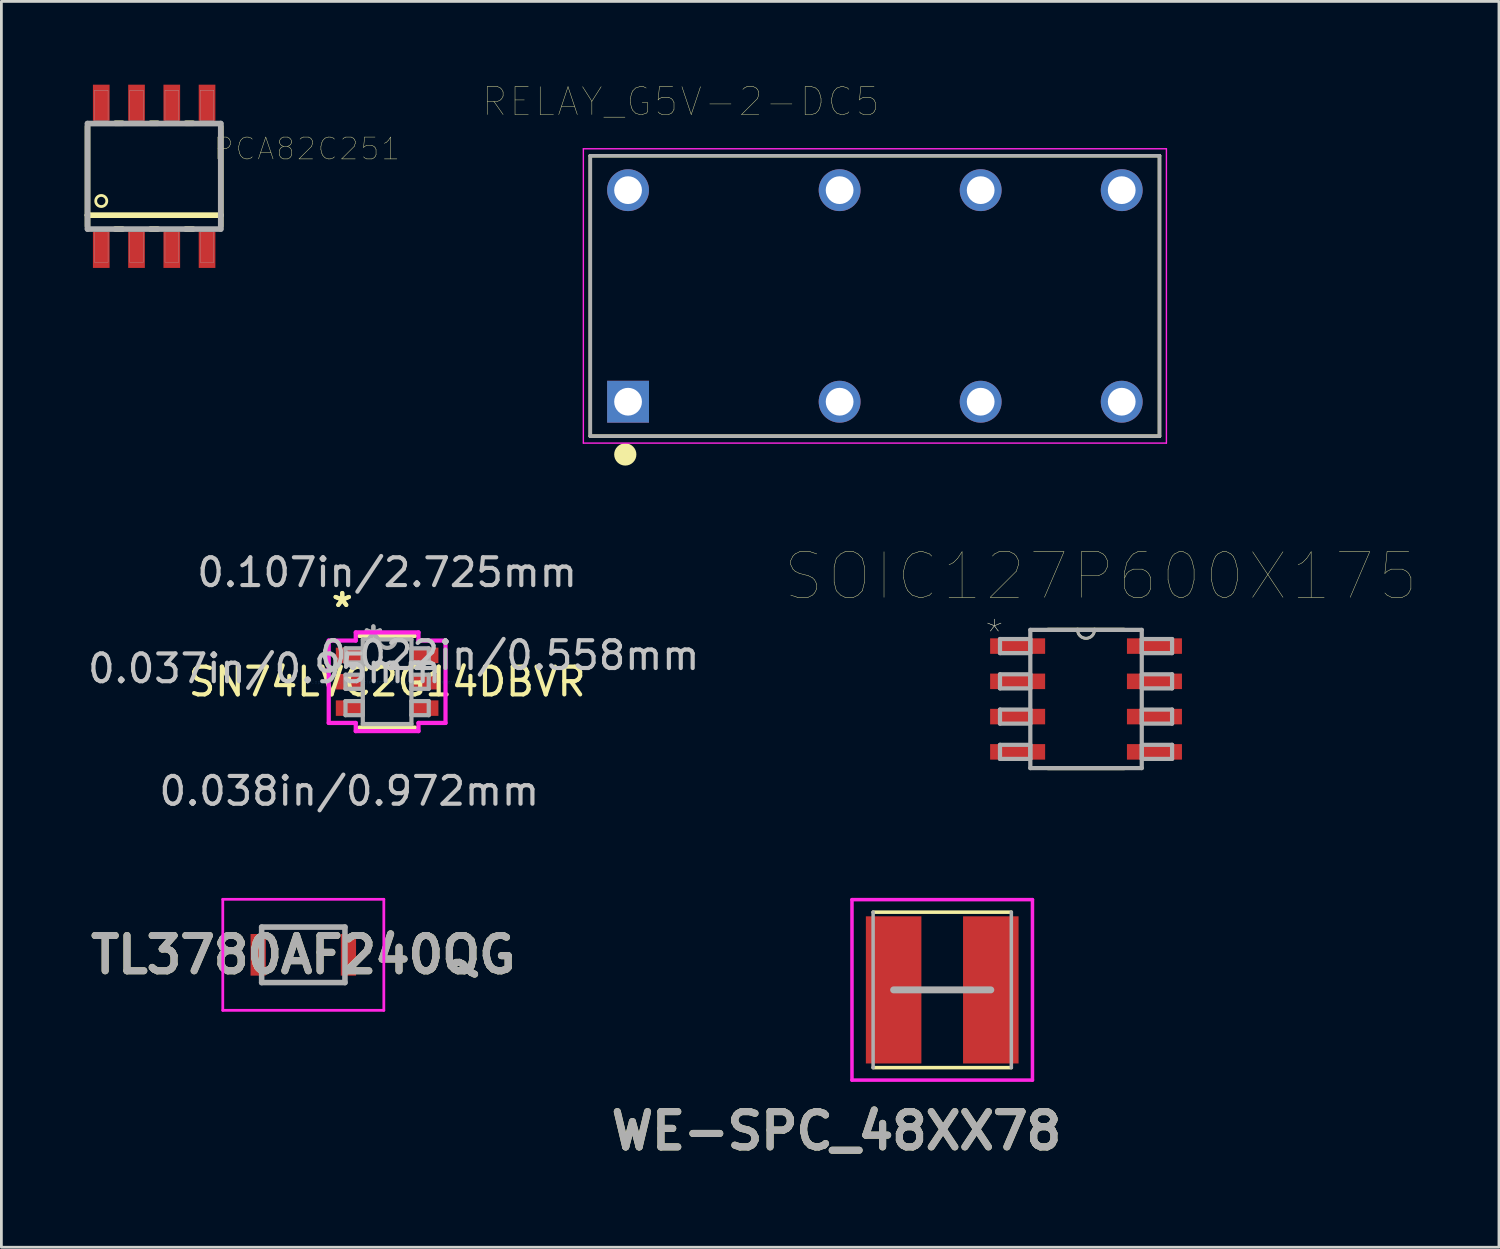
<source format=kicad_pcb>
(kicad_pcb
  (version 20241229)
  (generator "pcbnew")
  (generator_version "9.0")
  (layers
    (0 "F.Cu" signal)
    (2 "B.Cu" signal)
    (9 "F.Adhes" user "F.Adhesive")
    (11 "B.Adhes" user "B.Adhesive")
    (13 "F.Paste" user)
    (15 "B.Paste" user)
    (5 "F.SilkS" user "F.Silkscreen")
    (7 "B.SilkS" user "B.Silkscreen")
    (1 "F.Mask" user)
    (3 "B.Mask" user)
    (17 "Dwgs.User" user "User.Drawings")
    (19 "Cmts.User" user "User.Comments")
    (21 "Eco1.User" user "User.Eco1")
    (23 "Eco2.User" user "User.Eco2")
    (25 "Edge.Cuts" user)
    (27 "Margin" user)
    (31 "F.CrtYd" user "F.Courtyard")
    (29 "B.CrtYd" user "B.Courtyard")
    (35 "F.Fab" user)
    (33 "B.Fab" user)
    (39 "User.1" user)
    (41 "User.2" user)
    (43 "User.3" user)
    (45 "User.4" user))
  (footprint "SOIC127P600X175"
    (layer "F.Cu")
    (at 36.066 22.125)
    (property "Reference" "SOIC127P600X175" (at 0.533 -4.42 0) (layer "F.SilkS") (effects (font (size 1.64 1.64) (thickness 0.015))))
    (attr through_hole)
    (fp_line (start -1.372 2.489) (end 1.372 2.489) (stroke (width 0.152) (type solid)) (layer "F.SilkS"))
    (fp_line (start -0.305 -2.489) (end -1.372 -2.489) (stroke (width 0.152) (type solid)) (layer "F.SilkS"))
    (fp_line (start 0.305 -2.489) (end -0.305 -2.489) (stroke (width 0.152) (type solid)) (layer "F.SilkS"))
    (fp_line (start 1.372 -2.489) (end 0.305 -2.489) (stroke (width 0.152) (type solid)) (layer "F.SilkS"))
    (fp_arc (start 0.3048 -2.4892) (mid 0 -2.1844) (end -0.3048 -2.4892) (stroke (width 0.1) (type solid)) (layer "F.SilkS"))
    (fp_line (start -3.099 -2.159) (end -3.099 -1.651) (stroke (width 0.152) (type solid)) (layer "F.Fab"))
    (fp_line (start -3.099 -1.651) (end -2.007 -1.651) (stroke (width 0.152) (type solid)) (layer "F.Fab"))
    (fp_line (start -3.099 -0.889) (end -3.099 -0.381) (stroke (width 0.152) (type solid)) (layer "F.Fab"))
    (fp_line (start -3.099 -0.381) (end -2.007 -0.381) (stroke (width 0.152) (type solid)) (layer "F.Fab"))
    (fp_line (start -3.099 0.381) (end -3.099 0.889) (stroke (width 0.152) (type solid)) (layer "F.Fab"))
    (fp_line (start -3.099 0.889) (end -2.007 0.889) (stroke (width 0.152) (type solid)) (layer "F.Fab"))
    (fp_line (start -3.099 1.651) (end -3.099 2.159) (stroke (width 0.152) (type solid)) (layer "F.Fab"))
    (fp_line (start -3.099 2.159) (end -2.007 2.159) (stroke (width 0.152) (type solid)) (layer "F.Fab"))
    (fp_line (start -2.007 -2.489) (end -2.007 2.489) (stroke (width 0.152) (type solid)) (layer "F.Fab"))
    (fp_line (start -2.007 -2.159) (end -3.099 -2.159) (stroke (width 0.152) (type solid)) (layer "F.Fab"))
    (fp_line (start -2.007 -1.651) (end -2.007 -2.159) (stroke (width 0.152) (type solid)) (layer "F.Fab"))
    (fp_line (start -2.007 -0.889) (end -3.099 -0.889) (stroke (width 0.152) (type solid)) (layer "F.Fab"))
    (fp_line (start -2.007 -0.381) (end -2.007 -0.889) (stroke (width 0.152) (type solid)) (layer "F.Fab"))
    (fp_line (start -2.007 0.381) (end -3.099 0.381) (stroke (width 0.152) (type solid)) (layer "F.Fab"))
    (fp_line (start -2.007 0.889) (end -2.007 0.381) (stroke (width 0.152) (type solid)) (layer "F.Fab"))
    (fp_line (start -2.007 1.651) (end -3.099 1.651) (stroke (width 0.152) (type solid)) (layer "F.Fab"))
    (fp_line (start -2.007 2.159) (end -2.007 1.651) (stroke (width 0.152) (type solid)) (layer "F.Fab"))
    (fp_line (start -2.007 2.489) (end 2.007 2.489) (stroke (width 0.152) (type solid)) (layer "F.Fab"))
    (fp_line (start -0.305 -2.489) (end -2.007 -2.489) (stroke (width 0.152) (type solid)) (layer "F.Fab"))
    (fp_line (start 0.305 -2.489) (end -0.305 -2.489) (stroke (width 0.152) (type solid)) (layer "F.Fab"))
    (fp_line (start 2.007 -2.489) (end 0.305 -2.489) (stroke (width 0.152) (type solid)) (layer "F.Fab"))
    (fp_line (start 2.007 -2.159) (end 2.007 -1.651) (stroke (width 0.152) (type solid)) (layer "F.Fab"))
    (fp_line (start 2.007 -1.651) (end 3.099 -1.651) (stroke (width 0.152) (type solid)) (layer "F.Fab"))
    (fp_line (start 2.007 -0.889) (end 2.007 -0.381) (stroke (width 0.152) (type solid)) (layer "F.Fab"))
    (fp_line (start 2.007 -0.381) (end 3.099 -0.381) (stroke (width 0.152) (type solid)) (layer "F.Fab"))
    (fp_line (start 2.007 0.381) (end 2.007 0.889) (stroke (width 0.152) (type solid)) (layer "F.Fab"))
    (fp_line (start 2.007 0.889) (end 3.099 0.889) (stroke (width 0.152) (type solid)) (layer "F.Fab"))
    (fp_line (start 2.007 1.651) (end 2.007 2.159) (stroke (width 0.152) (type solid)) (layer "F.Fab"))
    (fp_line (start 2.007 2.159) (end 3.099 2.159) (stroke (width 0.152) (type solid)) (layer "F.Fab"))
    (fp_line (start 2.007 2.489) (end 2.007 -2.489) (stroke (width 0.152) (type solid)) (layer "F.Fab"))
    (fp_line (start 3.099 -2.159) (end 2.007 -2.159) (stroke (width 0.152) (type solid)) (layer "F.Fab"))
    (fp_line (start 3.099 -1.651) (end 3.099 -2.159) (stroke (width 0.152) (type solid)) (layer "F.Fab"))
    (fp_line (start 3.099 -0.889) (end 2.007 -0.889) (stroke (width 0.152) (type solid)) (layer "F.Fab"))
    (fp_line (start 3.099 -0.381) (end 3.099 -0.889) (stroke (width 0.152) (type solid)) (layer "F.Fab"))
    (fp_line (start 3.099 0.381) (end 2.007 0.381) (stroke (width 0.152) (type solid)) (layer "F.Fab"))
    (fp_line (start 3.099 0.889) (end 3.099 0.381) (stroke (width 0.152) (type solid)) (layer "F.Fab"))
    (fp_line (start 3.099 1.651) (end 2.007 1.651) (stroke (width 0.152) (type solid)) (layer "F.Fab"))
    (fp_line (start 3.099 2.159) (end 3.099 1.651) (stroke (width 0.152) (type solid)) (layer "F.Fab"))
    (fp_arc (start 0.3048 -2.4892) (mid 0 -2.1844) (end -0.3048 -2.4892) (stroke (width 0.1) (type solid)) (layer "F.Fab"))
    (fp_text user "*" (at -3.302 -2.337 0) (layer "F.SilkS") (effects (font (size 1 1) (thickness 0.015))))
    (fp_text user "*" (at -3.302 -2.337 0) (layer "F.Fab") (effects (font (size 1 1) (thickness 0.015))))
    (pad "1" smd rect (at -2.464 -1.905) (size 1.981 0.559) (layers "F.Cu" "F.Mask" "F.Paste"))
    (pad "2" smd rect (at -2.464 -0.635) (size 1.981 0.559) (layers "F.Cu" "F.Mask" "F.Paste"))
    (pad "3" smd rect (at -2.464 0.635) (size 1.981 0.559) (layers "F.Cu" "F.Mask" "F.Paste"))
    (pad "4" smd rect (at -2.464 1.905) (size 1.981 0.559) (layers "F.Cu" "F.Mask" "F.Paste"))
    (pad "5" smd rect (at 2.464 1.905) (size 1.981 0.559) (layers "F.Cu" "F.Mask" "F.Paste"))
    (pad "6" smd rect (at 2.464 0.635) (size 1.981 0.559) (layers "F.Cu" "F.Mask" "F.Paste"))
    (pad "7" smd rect (at 2.464 -0.635) (size 1.981 0.559) (layers "F.Cu" "F.Mask" "F.Paste"))
    (pad "8" smd rect (at 2.464 -1.905) (size 1.981 0.559) (layers "F.Cu" "F.Mask" "F.Paste")))
  (footprint "RELAY_G5V-2-DC5"
    (layer "F.Cu")
    (at 28.461 7.609)
    (property "Reference" "RELAY_G5V-2-DC5" (at -6.997 -6.997 0) (layer "F.SilkS") (effects (font (size 1.002 1.002) (thickness 0.015))))
    (attr through_hole)
    (fp_line (start -10.25 -5.05) (end 10.25 -5.05) (stroke (width 0.127) (type solid)) (layer "F.SilkS"))
    (fp_line (start -10.25 5.05) (end -10.25 -5.05) (stroke (width 0.127) (type solid)) (layer "F.SilkS"))
    (fp_line (start 10.25 -5.05) (end 10.25 5.05) (stroke (width 0.127) (type solid)) (layer "F.SilkS"))
    (fp_line (start 10.25 5.05) (end -10.25 5.05) (stroke (width 0.127) (type solid)) (layer "F.SilkS"))
    (fp_circle (center -8.99 5.71) (end -8.79 5.71) (stroke (width 0.4) (type solid)) (fill no) (layer "F.SilkS"))
    (fp_line (start -10.5 -5.3) (end 10.5 -5.3) (stroke (width 0.05) (type solid)) (layer "F.CrtYd"))
    (fp_line (start -10.5 5.3) (end -10.5 -5.3) (stroke (width 0.05) (type solid)) (layer "F.CrtYd"))
    (fp_line (start 10.5 -5.3) (end 10.5 5.3) (stroke (width 0.05) (type solid)) (layer "F.CrtYd"))
    (fp_line (start 10.5 5.3) (end -10.5 5.3) (stroke (width 0.05) (type solid)) (layer "F.CrtYd"))
    (fp_line (start -10.25 -5.05) (end 10.25 -5.05) (stroke (width 0.127) (type solid)) (layer "F.Fab"))
    (fp_line (start -10.25 5.05) (end -10.25 -5.05) (stroke (width 0.127) (type solid)) (layer "F.Fab"))
    (fp_line (start 10.25 -5.05) (end 10.25 5.05) (stroke (width 0.127) (type solid)) (layer "F.Fab"))
    (fp_line (start 10.25 5.05) (end -10.25 5.05) (stroke (width 0.127) (type solid)) (layer "F.Fab"))
    (pad "1" thru_hole rect (at -8.89 3.81) (size 1.508 1.508) (drill 1) (layers "*.Cu" "*.Mask"))
    (pad "4" thru_hole circle (at -1.27 3.81) (size 1.508 1.508) (drill 1) (layers "*.Cu" "*.Mask"))
    (pad "6" thru_hole circle (at 3.81 3.81) (size 1.508 1.508) (drill 1) (layers "*.Cu" "*.Mask"))
    (pad "8" thru_hole circle (at 8.89 3.81) (size 1.508 1.508) (drill 1) (layers "*.Cu" "*.Mask"))
    (pad "9" thru_hole circle (at 8.89 -3.81) (size 1.508 1.508) (drill 1) (layers "*.Cu" "*.Mask"))
    (pad "11" thru_hole circle (at 3.81 -3.81) (size 1.508 1.508) (drill 1) (layers "*.Cu" "*.Mask"))
    (pad "13" thru_hole circle (at -1.27 -3.81) (size 1.508 1.508) (drill 1) (layers "*.Cu" "*.Mask"))
    (pad "16" thru_hole circle (at -8.89 -3.81) (size 1.508 1.508) (drill 1) (layers "*.Cu" "*.Mask")))
  (footprint "PCA82C251"
    (layer "F.Cu")
    (at 2.502 3.3)
    (property "Reference" "PCA82C251" (at 5.5 -0.99 0) (layer "F.SilkS") (effects (font (size 0.787 0.787) (thickness 0.015))))
    (attr through_hole)
    (fp_line (start -2.4 1.4) (end -2.4 -1.8) (stroke (width 0.203) (type solid)) (layer "F.SilkS"))
    (fp_line (start -2.4 1.4) (end -2.4 1.8) (stroke (width 0.203) (type solid)) (layer "F.SilkS"))
    (fp_line (start -1.397 -1.91) (end -1.143 -1.91) (stroke (width 0.203) (type solid)) (layer "F.SilkS"))
    (fp_line (start -1.397 1.9) (end -1.143 1.9) (stroke (width 0.203) (type solid)) (layer "F.SilkS"))
    (fp_line (start -0.127 -1.91) (end 0.127 -1.91) (stroke (width 0.203) (type solid)) (layer "F.SilkS"))
    (fp_line (start -0.127 1.9) (end 0.127 1.9) (stroke (width 0.203) (type solid)) (layer "F.SilkS"))
    (fp_line (start 1.143 -1.91) (end 1.397 -1.91) (stroke (width 0.203) (type solid)) (layer "F.SilkS"))
    (fp_line (start 1.143 1.9) (end 1.397 1.9) (stroke (width 0.203) (type solid)) (layer "F.SilkS"))
    (fp_line (start 2.4 -1.8) (end 2.4 1.4) (stroke (width 0.203) (type solid)) (layer "F.SilkS"))
    (fp_line (start 2.4 1.4) (end -2.4 1.4) (stroke (width 0.203) (type solid)) (layer "F.SilkS"))
    (fp_line (start 2.4 1.4) (end 2.4 1.8) (stroke (width 0.203) (type solid)) (layer "F.SilkS"))
    (fp_circle (center -1.905 0.889) (end -1.705 0.889) (stroke (width 0.1) (type solid)) (fill no) (layer "F.SilkS"))
    (fp_line (start -2.4 -1.9) (end 2.4 -1.9) (stroke (width 0.203) (type solid)) (layer "F.Fab"))
    (fp_line (start -2.4 1.4) (end -2.4 -1.9) (stroke (width 0.203) (type solid)) (layer "F.Fab"))
    (fp_line (start -2.4 1.9) (end -2.4 1.4) (stroke (width 0.203) (type solid)) (layer "F.Fab"))
    (fp_line (start 2.4 -1.9) (end 2.4 1.4) (stroke (width 0.203) (type solid)) (layer "F.Fab"))
    (fp_line (start 2.4 1.4) (end 2.4 1.9) (stroke (width 0.203) (type solid)) (layer "F.Fab"))
    (fp_line (start 2.4 1.9) (end -2.4 1.9) (stroke (width 0.203) (type solid)) (layer "F.Fab"))
    (fp_poly (pts (xy -2.15 -3.1) (xy -1.66 -3.1) (xy -1.66 -2) (xy -2.15 -2)) (stroke (width 0.01) (type solid)) (fill no) (layer "F.Fab"))
    (fp_poly (pts (xy -2.15 2) (xy -1.66 2) (xy -1.66 3.1) (xy -2.15 3.1)) (stroke (width 0.01) (type solid)) (fill no) (layer "F.Fab"))
    (fp_poly (pts (xy -0.88 -3.1) (xy -0.39 -3.1) (xy -0.39 -2) (xy -0.88 -2)) (stroke (width 0.01) (type solid)) (fill no) (layer "F.Fab"))
    (fp_poly (pts (xy -0.88 2) (xy -0.39 2) (xy -0.39 3.1) (xy -0.88 3.1)) (stroke (width 0.01) (type solid)) (fill no) (layer "F.Fab"))
    (fp_poly (pts (xy 0.39 -3.1) (xy 0.88 -3.1) (xy 0.88 -2) (xy 0.39 -2)) (stroke (width 0.01) (type solid)) (fill no) (layer "F.Fab"))
    (fp_poly (pts (xy 0.39 2) (xy 0.88 2) (xy 0.88 3.1) (xy 0.39 3.1)) (stroke (width 0.01) (type solid)) (fill no) (layer "F.Fab"))
    (fp_poly (pts (xy 1.66 -3.1) (xy 2.15 -3.1) (xy 2.15 -2) (xy 1.66 -2)) (stroke (width 0.01) (type solid)) (fill no) (layer "F.Fab"))
    (fp_poly (pts (xy 1.66 2) (xy 2.15 2) (xy 2.15 3.1) (xy 1.66 3.1)) (stroke (width 0.01) (type solid)) (fill no) (layer "F.Fab"))
    (pad "1" smd rect (at -1.905 2.65) (size 0.6 1.3) (layers "F.Cu" "F.Mask" "F.Paste"))
    (pad "2" smd rect (at -0.635 2.65) (size 0.6 1.3) (layers "F.Cu" "F.Mask" "F.Paste"))
    (pad "3" smd rect (at 0.635 2.65) (size 0.6 1.3) (layers "F.Cu" "F.Mask" "F.Paste"))
    (pad "4" smd rect (at 1.905 2.65) (size 0.6 1.3) (layers "F.Cu" "F.Mask" "F.Paste"))
    (pad "5" smd rect (at 1.905 -2.65) (size 0.6 1.3) (layers "F.Cu" "F.Mask" "F.Paste"))
    (pad "6" smd rect (at 0.635 -2.65) (size 0.6 1.3) (layers "F.Cu" "F.Mask" "F.Paste"))
    (pad "7" smd rect (at -0.635 -2.65) (size 0.6 1.3) (layers "F.Cu" "F.Mask" "F.Paste"))
    (pad "8" smd rect (at -1.905 -2.65) (size 0.6 1.3) (layers "F.Cu" "F.Mask" "F.Paste")))
  (footprint "TL3780AF240QG"
    (layer "F.Cu")
    (at 7.874 31.34)
    (property "Reference" "TL3780AF240QG" (at 0 0 0) (layer "F.SilkS") (effects (font (size 1.27 1.27) (thickness 0.254))))
    (attr smd)
    (fp_line (start -1.5 -1) (end 1.5 -1) (stroke (width 0.1) (type solid)) (layer "F.SilkS"))
    (fp_line (start -1.5 1) (end 1.5 1) (stroke (width 0.1) (type solid)) (layer "F.SilkS"))
    (fp_line (start -2.9 -2) (end 2.9 -2) (stroke (width 0.1) (type solid)) (layer "F.CrtYd"))
    (fp_line (start -2.9 2) (end -2.9 -2) (stroke (width 0.1) (type solid)) (layer "F.CrtYd"))
    (fp_line (start 2.9 -2) (end 2.9 2) (stroke (width 0.1) (type solid)) (layer "F.CrtYd"))
    (fp_line (start 2.9 2) (end -2.9 2) (stroke (width 0.1) (type solid)) (layer "F.CrtYd"))
    (fp_line (start -1.5 -1) (end 1.5 -1) (stroke (width 0.2) (type solid)) (layer "F.Fab"))
    (fp_line (start -1.5 1) (end -1.5 -1) (stroke (width 0.2) (type solid)) (layer "F.Fab"))
    (fp_line (start 1.5 -1) (end 1.5 1) (stroke (width 0.2) (type solid)) (layer "F.Fab"))
    (fp_line (start 1.5 1) (end -1.5 1) (stroke (width 0.2) (type solid)) (layer "F.Fab"))
    (fp_text user "${REFERENCE}" (at 0 0 0) (layer "F.Fab") (effects (font (size 1.27 1.27) (thickness 0.254))))
    (pad "1" smd rect (at -1.625 0) (size 0.55 1.5) (layers "F.Cu" "F.Mask" "F.Paste"))
    (pad "2" smd rect (at 1.625 0) (size 0.55 1.5) (layers "F.Cu" "F.Mask" "F.Paste")))
  (footprint "SN74LVC2G14DBVR"
    (layer "F.Cu")
    (at 10.893 21.505)
    (property "Reference" "SN74LVC2G14DBVR" (at 0 0 0) (layer "F.SilkS") (effects (font (size 1 1) (thickness 0.15))))
    (attr through_hole)
    (fp_line (start -1.003 1.651) (end 1.003 1.651) (stroke (width 0.152) (type solid)) (layer "F.SilkS"))
    (fp_line (start 1.003 -1.651) (end -1.003 -1.651) (stroke (width 0.152) (type solid)) (layer "F.SilkS"))
    (fp_line (start -2.103 -1.483) (end -1.13 -1.483) (stroke (width 0.152) (type solid)) (layer "F.CrtYd"))
    (fp_line (start -2.103 1.483) (end -2.103 -1.483) (stroke (width 0.152) (type solid)) (layer "F.CrtYd"))
    (fp_line (start -1.13 -1.778) (end 1.13 -1.778) (stroke (width 0.152) (type solid)) (layer "F.CrtYd"))
    (fp_line (start -1.13 -1.483) (end -1.13 -1.778) (stroke (width 0.152) (type solid)) (layer "F.CrtYd"))
    (fp_line (start -1.13 1.483) (end -2.103 1.483) (stroke (width 0.152) (type solid)) (layer "F.CrtYd"))
    (fp_line (start -1.13 1.778) (end -1.13 1.483) (stroke (width 0.152) (type solid)) (layer "F.CrtYd"))
    (fp_line (start 1.13 -1.778) (end 1.13 -1.483) (stroke (width 0.152) (type solid)) (layer "F.CrtYd"))
    (fp_line (start 1.13 -1.483) (end 2.103 -1.483) (stroke (width 0.152) (type solid)) (layer "F.CrtYd"))
    (fp_line (start 1.13 1.483) (end 1.13 1.778) (stroke (width 0.152) (type solid)) (layer "F.CrtYd"))
    (fp_line (start 1.13 1.778) (end -1.13 1.778) (stroke (width 0.152) (type solid)) (layer "F.CrtYd"))
    (fp_line (start 2.103 -1.483) (end 2.103 1.483) (stroke (width 0.152) (type solid)) (layer "F.CrtYd"))
    (fp_line (start 2.103 1.483) (end 1.13 1.483) (stroke (width 0.152) (type solid)) (layer "F.CrtYd"))
    (fp_line (start -1.499 -1.204) (end -1.499 -0.696) (stroke (width 0.152) (type solid)) (layer "F.Fab"))
    (fp_line (start -1.499 -0.696) (end -0.876 -0.696) (stroke (width 0.152) (type solid)) (layer "F.Fab"))
    (fp_line (start -1.499 -0.254) (end -1.499 0.254) (stroke (width 0.152) (type solid)) (layer "F.Fab"))
    (fp_line (start -1.499 0.254) (end -0.876 0.254) (stroke (width 0.152) (type solid)) (layer "F.Fab"))
    (fp_line (start -1.499 0.696) (end -1.499 1.204) (stroke (width 0.152) (type solid)) (layer "F.Fab"))
    (fp_line (start -1.499 1.204) (end -0.876 1.204) (stroke (width 0.152) (type solid)) (layer "F.Fab"))
    (fp_line (start -0.876 -1.524) (end -0.876 1.524) (stroke (width 0.152) (type solid)) (layer "F.Fab"))
    (fp_line (start -0.876 -1.204) (end -1.499 -1.204) (stroke (width 0.152) (type solid)) (layer "F.Fab"))
    (fp_line (start -0.876 -0.696) (end -0.876 -1.204) (stroke (width 0.152) (type solid)) (layer "F.Fab"))
    (fp_line (start -0.876 -0.254) (end -1.499 -0.254) (stroke (width 0.152) (type solid)) (layer "F.Fab"))
    (fp_line (start -0.876 0.254) (end -0.876 -0.254) (stroke (width 0.152) (type solid)) (layer "F.Fab"))
    (fp_line (start -0.876 0.696) (end -1.499 0.696) (stroke (width 0.152) (type solid)) (layer "F.Fab"))
    (fp_line (start -0.876 1.204) (end -0.876 0.696) (stroke (width 0.152) (type solid)) (layer "F.Fab"))
    (fp_line (start -0.876 1.524) (end 0.876 1.524) (stroke (width 0.152) (type solid)) (layer "F.Fab"))
    (fp_line (start 0.876 -1.524) (end -0.876 -1.524) (stroke (width 0.152) (type solid)) (layer "F.Fab"))
    (fp_line (start 0.876 -1.204) (end 0.876 -0.696) (stroke (width 0.152) (type solid)) (layer "F.Fab"))
    (fp_line (start 0.876 -0.696) (end 1.499 -0.696) (stroke (width 0.152) (type solid)) (layer "F.Fab"))
    (fp_line (start 0.876 -0.254) (end 0.876 0.254) (stroke (width 0.152) (type solid)) (layer "F.Fab"))
    (fp_line (start 0.876 0.254) (end 1.499 0.254) (stroke (width 0.152) (type solid)) (layer "F.Fab"))
    (fp_line (start 0.876 0.696) (end 0.876 1.204) (stroke (width 0.152) (type solid)) (layer "F.Fab"))
    (fp_line (start 0.876 1.204) (end 1.499 1.204) (stroke (width 0.152) (type solid)) (layer "F.Fab"))
    (fp_line (start 0.876 1.524) (end 0.876 -1.524) (stroke (width 0.152) (type solid)) (layer "F.Fab"))
    (fp_line (start 1.499 -1.204) (end 0.876 -1.204) (stroke (width 0.152) (type solid)) (layer "F.Fab"))
    (fp_line (start 1.499 -0.696) (end 1.499 -1.204) (stroke (width 0.152) (type solid)) (layer "F.Fab"))
    (fp_line (start 1.499 -0.254) (end 0.876 -0.254) (stroke (width 0.152) (type solid)) (layer "F.Fab"))
    (fp_line (start 1.499 0.254) (end 1.499 -0.254) (stroke (width 0.152) (type solid)) (layer "F.Fab"))
    (fp_line (start 1.499 0.696) (end 0.876 0.696) (stroke (width 0.152) (type solid)) (layer "F.Fab"))
    (fp_line (start 1.499 1.204) (end 1.499 0.696) (stroke (width 0.152) (type solid)) (layer "F.Fab"))
    (fp_arc (start 0.3048 -1.524) (mid 0 -1.2192) (end -0.3048 -1.524) (stroke (width 0.1524) (type solid)) (layer "F.Fab"))
    (fp_text user "*" (at -1.616 -2.651 0) (layer "F.SilkS") (effects (font (size 1 1) (thickness 0.15))))
    (fp_text user "*" (at -1.616 -2.651 0) (layer "F.SilkS") (effects (font (size 1 1) (thickness 0.15))))
    (fp_text user "0.038in/0.972mm" (at -1.362 3.937 0) (layer "Dwgs.User") (effects (font (size 1 1) (thickness 0.15))))
    (fp_text user "0.037in/0.95mm" (at -4.41 -0.475 0) (layer "Dwgs.User") (effects (font (size 1 1) (thickness 0.15))))
    (fp_text user "0.107in/2.725mm" (at 0 -3.937 0) (layer "Dwgs.User") (effects (font (size 1 1) (thickness 0.15))))
    (fp_text user "0.022in/0.558mm" (at 4.41 -0.95 0) (layer "Dwgs.User") (effects (font (size 1 1) (thickness 0.15))))
    (fp_text user "Copyright 2016 Accelerated Designs. All rights reserved." (at 0 0 0) (layer "Cmts.User") (effects (font (size 0.127 0.127) (thickness 0.002))))
    (fp_text user "*" (at -0.495 -1.448 0) (layer "F.Fab") (effects (font (size 1 1) (thickness 0.15))))
    (fp_text user "*" (at -0.495 -1.448 0) (layer "F.Fab") (effects (font (size 1 1) (thickness 0.15))))
    (pad "1" smd rect (at -1.362 -0.95) (size 0.972 0.558) (layers "F.Cu" "F.Mask" "F.Paste"))
    (pad "2" smd rect (at -1.362 0) (size 0.972 0.558) (layers "F.Cu" "F.Mask" "F.Paste"))
    (pad "3" smd rect (at -1.362 0.95) (size 0.972 0.558) (layers "F.Cu" "F.Mask" "F.Paste"))
    (pad "4" smd rect (at 1.362 0.95) (size 0.972 0.558) (layers "F.Cu" "F.Mask" "F.Paste"))
    (pad "5" smd rect (at 1.362 0) (size 0.972 0.558) (layers "F.Cu" "F.Mask" "F.Paste"))
    (pad "6" smd rect (at 1.362 -0.95) (size 0.972 0.558) (layers "F.Cu" "F.Mask" "F.Paste")))
  (footprint "WE-SPC_48XX78"
    (layer "F.Cu")
    (at 30.886 32.603)
    (property "Reference" "WE-SPC_48XX78" (at -3.81 5.08 0) (layer "F.SilkS") (effects (font (size 1.27 1.27) (thickness 0.254))))
    (attr smd)
    (fp_line (start -2.489 -2.8) (end 2.489 -2.8) (stroke (width 0.127) (type solid)) (layer "F.SilkS"))
    (fp_line (start 2.489 2.8) (end -2.489 2.8) (stroke (width 0.127) (type solid)) (layer "F.SilkS"))
    (fp_line (start -3.25 -3.25) (end 3.25 -3.25) (stroke (width 0.127) (type solid)) (layer "F.CrtYd"))
    (fp_line (start -3.25 3.25) (end -3.25 -3.25) (stroke (width 0.127) (type solid)) (layer "F.CrtYd"))
    (fp_line (start 3.25 -3.25) (end 3.25 3.25) (stroke (width 0.127) (type solid)) (layer "F.CrtYd"))
    (fp_line (start 3.25 3.25) (end -3.25 3.25) (stroke (width 0.127) (type solid)) (layer "F.CrtYd"))
    (fp_line (start -2.489 2.8) (end -2.489 -2.8) (stroke (width 0.127) (type solid)) (layer "F.Fab"))
    (fp_line (start -1.75 0) (end 1.75 0) (stroke (width 0.25) (type solid)) (layer "F.Fab"))
    (fp_line (start 2.489 -2.8) (end 2.489 2.8) (stroke (width 0.127) (type solid)) (layer "F.Fab"))
    (fp_text user "${REFERENCE}" (at -3.81 5.08 0) (layer "F.Fab") (effects (font (size 1.27 1.27) (thickness 0.254))))
    (pad "1" smd rect (at -1.75 0) (size 2 5.3) (layers "F.Cu" "F.Mask" "F.Paste"))
    (pad "2" smd rect (at 1.75 0) (size 2 5.3) (layers "F.Cu" "F.Mask" "F.Paste")))
  (gr_rect
    (start -3 -3)
    (end 50.938 41.872)
    (stroke (width 0.1) (type default))
    (fill no)
    (layer "Edge.Cuts")))
</source>
